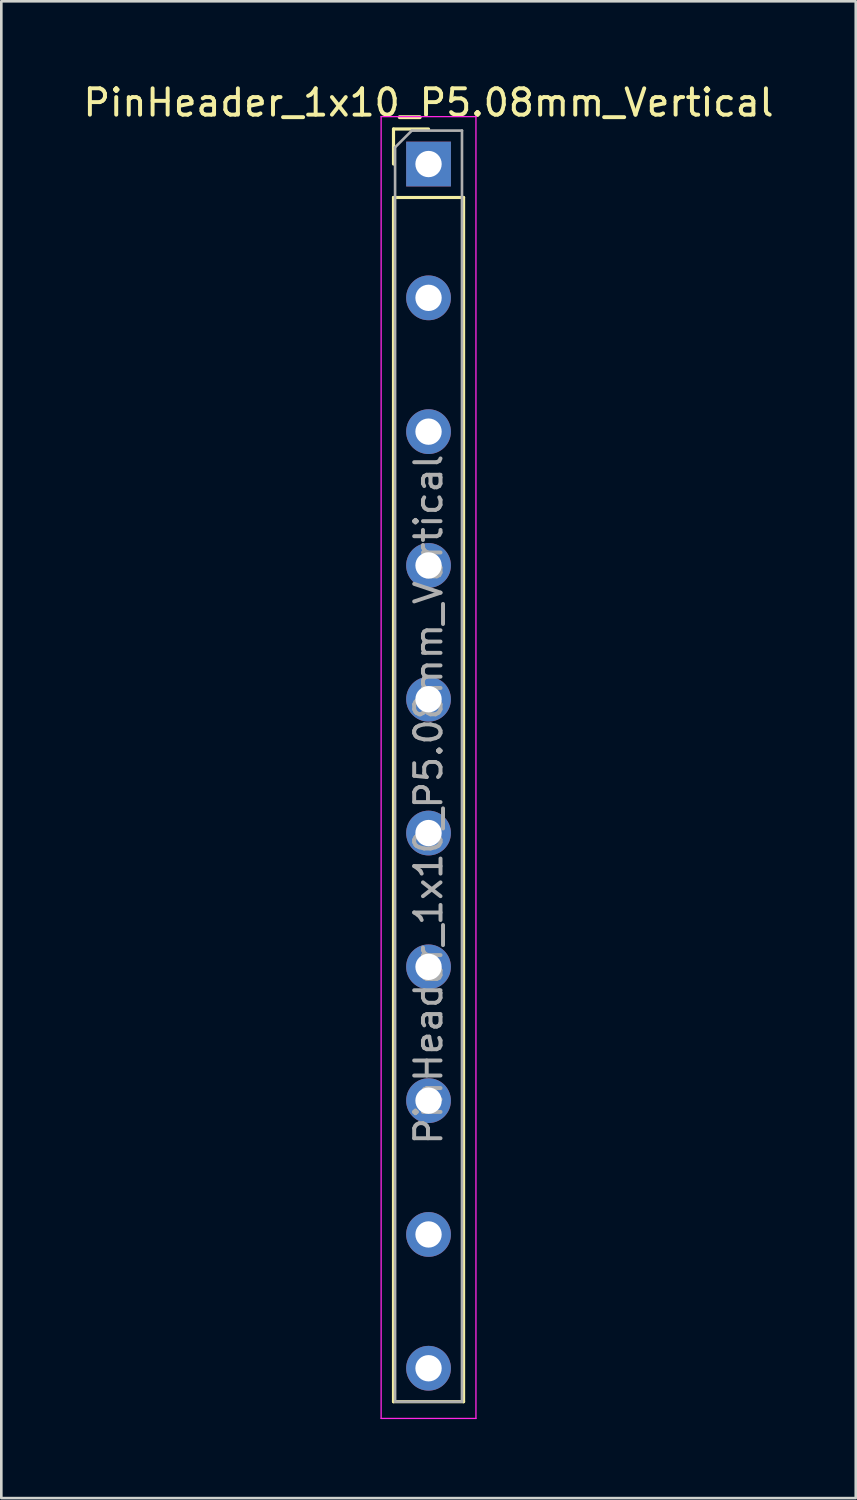
<source format=kicad_pcb>
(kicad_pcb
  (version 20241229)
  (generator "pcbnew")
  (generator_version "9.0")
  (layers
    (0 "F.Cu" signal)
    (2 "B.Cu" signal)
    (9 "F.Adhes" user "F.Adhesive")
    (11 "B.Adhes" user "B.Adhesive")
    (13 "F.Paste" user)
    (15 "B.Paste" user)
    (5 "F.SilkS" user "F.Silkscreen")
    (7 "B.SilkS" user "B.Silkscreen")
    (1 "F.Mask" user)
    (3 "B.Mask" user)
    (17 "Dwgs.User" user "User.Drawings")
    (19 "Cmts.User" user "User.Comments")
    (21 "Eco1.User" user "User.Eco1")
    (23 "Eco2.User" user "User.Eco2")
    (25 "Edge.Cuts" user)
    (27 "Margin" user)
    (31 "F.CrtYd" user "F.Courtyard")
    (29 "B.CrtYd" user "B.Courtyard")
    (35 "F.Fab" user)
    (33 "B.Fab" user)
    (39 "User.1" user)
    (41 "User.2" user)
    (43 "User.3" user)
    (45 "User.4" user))
  (footprint "PinHeader_1x10_P5.08mm_Vertical"
    (layer "F.Cu")
    (at 13.22 3.178)
    (property "Reference" "PinHeader_1x10_P5.08mm_Vertical" (at 0 -2.33 0) (layer "F.SilkS") (effects (font (size 1 1) (thickness 0.15))))
    (attr through_hole)
    (fp_line (start -1.33 -1.33) (end 0 -1.33) (stroke (width 0.12) (type solid)) (layer "F.SilkS"))
    (fp_line (start -1.33 0) (end -1.33 -1.33) (stroke (width 0.12) (type solid)) (layer "F.SilkS"))
    (fp_line (start -1.33 1.27) (end -1.33 46.99) (stroke (width 0.12) (type solid)) (layer "F.SilkS"))
    (fp_line (start -1.33 1.27) (end 1.33 1.27) (stroke (width 0.12) (type solid)) (layer "F.SilkS"))
    (fp_line (start -1.33 46.99) (end 1.33 46.99) (stroke (width 0.12) (type solid)) (layer "F.SilkS"))
    (fp_line (start 1.33 1.27) (end 1.33 46.99) (stroke (width 0.12) (type solid)) (layer "F.SilkS"))
    (fp_line (start -1.8 -1.8) (end -1.8 47.625) (stroke (width 0.05) (type solid)) (layer "F.CrtYd"))
    (fp_line (start -1.8 47.625) (end 1.8 47.625) (stroke (width 0.05) (type solid)) (layer "F.CrtYd"))
    (fp_line (start 1.8 -1.8) (end -1.8 -1.8) (stroke (width 0.05) (type solid)) (layer "F.CrtYd"))
    (fp_line (start 1.8 47.625) (end 1.8 -1.8) (stroke (width 0.05) (type solid)) (layer "F.CrtYd"))
    (fp_line (start -1.27 -0.635) (end -0.635 -1.27) (stroke (width 0.1) (type solid)) (layer "F.Fab"))
    (fp_line (start -1.27 46.99) (end -1.27 -0.635) (stroke (width 0.1) (type solid)) (layer "F.Fab"))
    (fp_line (start -0.635 -1.27) (end 1.27 -1.27) (stroke (width 0.1) (type solid)) (layer "F.Fab"))
    (fp_line (start 1.27 -1.27) (end 1.27 46.99) (stroke (width 0.1) (type solid)) (layer "F.Fab"))
    (fp_line (start 1.27 46.99) (end -1.27 46.99) (stroke (width 0.1) (type solid)) (layer "F.Fab"))
    (fp_text user "${REFERENCE}" (at 0 24.13 90) (layer "F.Fab") (effects (font (size 1 1) (thickness 0.15))))
    (pad "1" thru_hole rect (at 0 0) (size 1.7 1.7) (drill 1) (layers "*.Cu" "*.Mask"))
    (pad "2" thru_hole oval (at 0 5.08) (size 1.7 1.7) (drill 1) (layers "*.Cu" "*.Mask"))
    (pad "3" thru_hole oval (at 0 10.16) (size 1.7 1.7) (drill 1) (layers "*.Cu" "*.Mask"))
    (pad "4" thru_hole oval (at 0 15.24) (size 1.7 1.7) (drill 1) (layers "*.Cu" "*.Mask"))
    (pad "5" thru_hole oval (at 0 20.32) (size 1.7 1.7) (drill 1) (layers "*.Cu" "*.Mask"))
    (pad "6" thru_hole oval (at 0 25.4) (size 1.7 1.7) (drill 1) (layers "*.Cu" "*.Mask"))
    (pad "7" thru_hole oval (at 0 30.48) (size 1.7 1.7) (drill 1) (layers "*.Cu" "*.Mask"))
    (pad "8" thru_hole oval (at 0 35.56) (size 1.7 1.7) (drill 1) (layers "*.Cu" "*.Mask"))
    (pad "9" thru_hole oval (at 0 40.64) (size 1.7 1.7) (drill 1) (layers "*.Cu" "*.Mask"))
    (pad "10" thru_hole oval (at 0 45.72) (size 1.7 1.7) (drill 1) (layers "*.Cu" "*.Mask")))
  (gr_rect
    (start -3 -3)
    (end 29.44 53.828)
    (stroke (width 0.1) (type default))
    (fill no)
    (layer "Edge.Cuts")))
</source>
